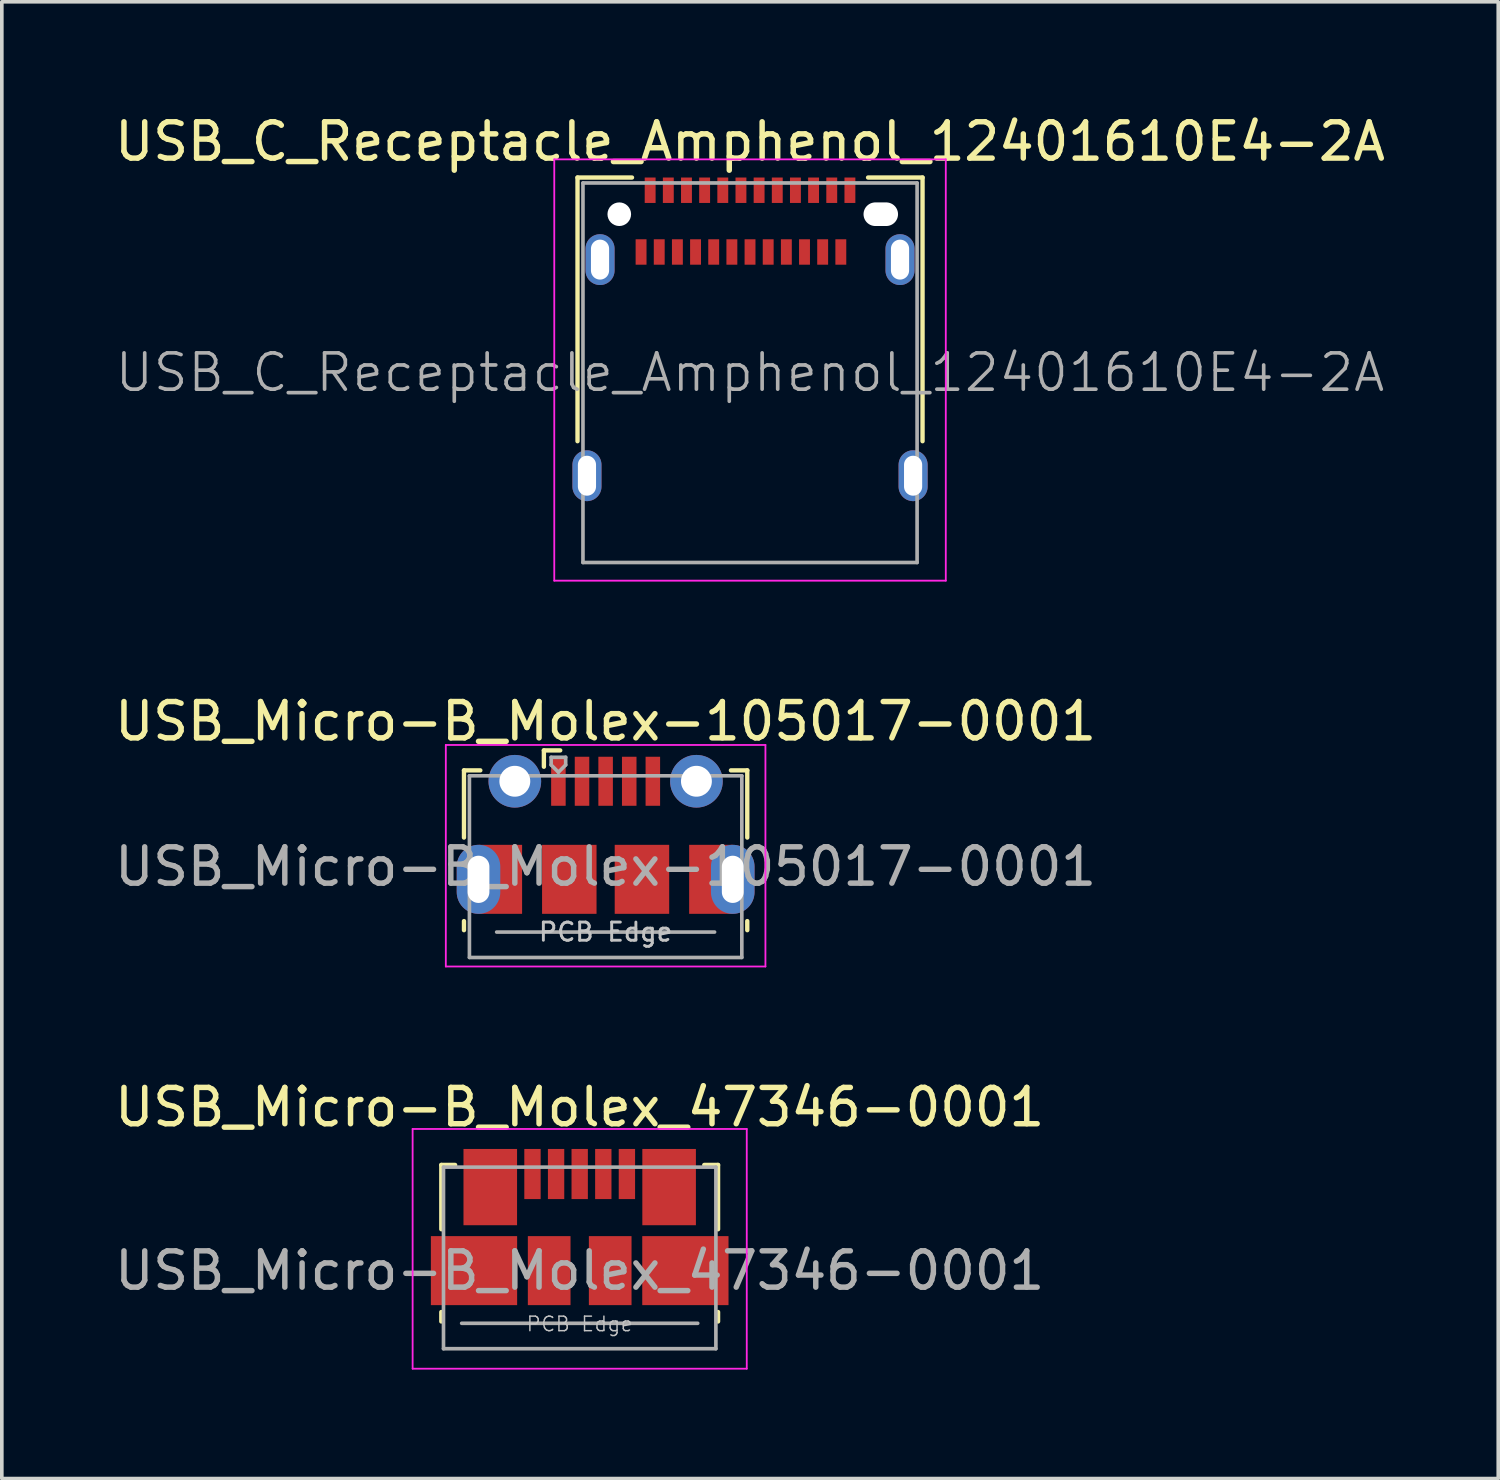
<source format=kicad_pcb>
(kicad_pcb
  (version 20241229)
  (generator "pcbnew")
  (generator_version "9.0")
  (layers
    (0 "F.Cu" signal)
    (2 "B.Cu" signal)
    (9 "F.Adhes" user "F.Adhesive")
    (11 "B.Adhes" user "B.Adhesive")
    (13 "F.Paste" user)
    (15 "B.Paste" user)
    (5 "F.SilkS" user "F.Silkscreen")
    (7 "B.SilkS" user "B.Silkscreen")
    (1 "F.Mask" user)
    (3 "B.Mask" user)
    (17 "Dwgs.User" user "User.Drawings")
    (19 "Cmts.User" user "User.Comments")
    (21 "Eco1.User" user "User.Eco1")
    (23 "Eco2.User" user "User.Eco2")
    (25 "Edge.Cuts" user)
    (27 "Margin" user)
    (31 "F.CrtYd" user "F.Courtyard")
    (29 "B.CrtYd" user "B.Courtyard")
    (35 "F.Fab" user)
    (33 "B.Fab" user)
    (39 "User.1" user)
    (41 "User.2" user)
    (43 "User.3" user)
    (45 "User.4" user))
  (footprint "USB_Micro-B_Molex-105017-0001"
    (layer "F.Cu")
    (at 13.625 20.811)
    (property "Reference" "USB_Micro-B_Molex-105017-0001" (at 0 -4 0) (layer "F.SilkS") (effects (font (size 1 1) (thickness 0.15))))
    (attr smd)
    (fp_line (start -3.9 -2.65) (end -3.45 -2.65) (stroke (width 0.12) (type solid)) (layer "F.SilkS"))
    (fp_line (start -3.9 -0.8) (end -3.9 -2.65) (stroke (width 0.12) (type solid)) (layer "F.SilkS"))
    (fp_line (start -3.9 1.75) (end -3.9 1.5) (stroke (width 0.12) (type solid)) (layer "F.SilkS"))
    (fp_line (start -1.7 -3.2) (end -1.7 -2.75) (stroke (width 0.12) (type solid)) (layer "F.SilkS"))
    (fp_line (start -1.7 -3.2) (end -1.25 -3.2) (stroke (width 0.12) (type solid)) (layer "F.SilkS"))
    (fp_line (start 3.9 -2.65) (end 3.45 -2.65) (stroke (width 0.12) (type solid)) (layer "F.SilkS"))
    (fp_line (start 3.9 -0.8) (end 3.9 -2.65) (stroke (width 0.12) (type solid)) (layer "F.SilkS"))
    (fp_line (start 3.9 1.75) (end 3.9 1.5) (stroke (width 0.12) (type solid)) (layer "F.SilkS"))
    (fp_line (start -4.4 -3.35) (end 4.4 -3.35) (stroke (width 0.05) (type solid)) (layer "F.CrtYd"))
    (fp_line (start -4.4 2.75) (end -4.4 -3.35) (stroke (width 0.05) (type solid)) (layer "F.CrtYd"))
    (fp_line (start -4.4 2.75) (end 4.4 2.75) (stroke (width 0.05) (type solid)) (layer "F.CrtYd"))
    (fp_line (start 4.4 -3.35) (end 4.4 2.75) (stroke (width 0.05) (type solid)) (layer "F.CrtYd"))
    (fp_line (start -3.75 -2.5) (end 3.75 -2.5) (stroke (width 0.1) (type solid)) (layer "F.Fab"))
    (fp_line (start -3.75 2.5) (end -3.75 -2.5) (stroke (width 0.1) (type solid)) (layer "F.Fab"))
    (fp_line (start -3.75 2.502) (end 3.75 2.502) (stroke (width 0.1) (type solid)) (layer "F.Fab"))
    (fp_line (start -3 1.802) (end 3 1.802) (stroke (width 0.1) (type solid)) (layer "F.Fab"))
    (fp_line (start -1.5 -3.01) (end -1.5 -2.8) (stroke (width 0.1) (type solid)) (layer "F.Fab"))
    (fp_line (start -1.5 -3.01) (end -1.1 -3.01) (stroke (width 0.1) (type solid)) (layer "F.Fab"))
    (fp_line (start -1.3 -2.6) (end -1.5 -2.8) (stroke (width 0.1) (type solid)) (layer "F.Fab"))
    (fp_line (start -1.1 -3.01) (end -1.1 -2.8) (stroke (width 0.1) (type solid)) (layer "F.Fab"))
    (fp_line (start -1.1 -2.8) (end -1.3 -2.6) (stroke (width 0.1) (type solid)) (layer "F.Fab"))
    (fp_line (start 3.75 2.5) (end 3.75 -2.5) (stroke (width 0.1) (type solid)) (layer "F.Fab"))
    (fp_text user "PCB Edge" (at 0 1.8 0) (layer "Dwgs.User") (effects (font (size 0.5 0.5) (thickness 0.08))))
    (fp_text user "${REFERENCE}" (at 0 0 0) (layer "F.Fab") (effects (font (size 1 1) (thickness 0.15))))
    (pad "1" smd rect (at -1.3 -2.35) (size 0.4 1.35) (layers "F.Cu" "F.Mask" "F.Paste"))
    (pad "2" smd rect (at -0.65 -2.35) (size 0.4 1.35) (layers "F.Cu" "F.Mask" "F.Paste"))
    (pad "3" smd rect (at 0 -2.35) (size 0.4 1.35) (layers "F.Cu" "F.Mask" "F.Paste"))
    (pad "4" smd rect (at 0.65 -2.35) (size 0.4 1.35) (layers "F.Cu" "F.Mask" "F.Paste"))
    (pad "5" smd rect (at 1.3 -2.35) (size 0.4 1.35) (layers "F.Cu" "F.Mask" "F.Paste"))
    (pad "6" thru_hole oval (at -3.5 0.35 180) (size 1.2 1.9) (drill oval 0.6 1.3) (layers "*.Cu" "*.Mask"))
    (pad "6" smd rect (at -2.9 0.35) (size 1.2 1.9) (layers "F.Cu" "F.Mask"))
    (pad "6" thru_hole circle (at -2.5 -2.35) (size 1.45 1.45) (drill 0.85) (layers "*.Cu" "*.Mask"))
    (pad "6" smd rect (at -1 0.35) (size 1.5 1.9) (layers "F.Cu" "F.Mask" "F.Paste"))
    (pad "6" smd rect (at 1 0.35) (size 1.5 1.9) (layers "F.Cu" "F.Mask" "F.Paste"))
    (pad "6" thru_hole circle (at 2.5 -2.35) (size 1.45 1.45) (drill 0.85) (layers "*.Cu" "*.Mask"))
    (pad "6" smd rect (at 2.9 0.35) (size 1.2 1.9) (layers "F.Cu" "F.Mask"))
    (pad "6" thru_hole oval (at 3.5 0.35) (size 1.2 1.9) (drill oval 0.6 1.3) (layers "*.Cu" "*.Mask")))
  (footprint "USB_Micro-B_Molex_47346-0001"
    (layer "F.Cu")
    (at 12.911 31.935)
    (property "Reference" "USB_Micro-B_Molex_47346-0001" (at 0 -4.5 180) (layer "F.SilkS") (effects (font (size 1 1) (thickness 0.15))))
    (attr smd)
    (fp_line (start -3.81 -2.91) (end -3.43 -2.91) (stroke (width 0.12) (type solid)) (layer "F.SilkS"))
    (fp_line (start -3.81 -1.14) (end -3.81 -2.91) (stroke (width 0.12) (type solid)) (layer "F.SilkS"))
    (fp_line (start -3.81 1.4) (end -3.81 1.14) (stroke (width 0.12) (type solid)) (layer "F.SilkS"))
    (fp_line (start 3.81 -2.91) (end 3.43 -2.91) (stroke (width 0.12) (type solid)) (layer "F.SilkS"))
    (fp_line (start 3.81 -2.91) (end 3.81 -1.14) (stroke (width 0.12) (type solid)) (layer "F.SilkS"))
    (fp_line (start 3.81 1.14) (end 3.81 1.4) (stroke (width 0.12) (type solid)) (layer "F.SilkS"))
    (fp_line (start -4.6 -3.9) (end 4.6 -3.9) (stroke (width 0.05) (type solid)) (layer "F.CrtYd"))
    (fp_line (start -4.6 2.7) (end -4.6 -3.9) (stroke (width 0.05) (type solid)) (layer "F.CrtYd"))
    (fp_line (start 4.6 -3.9) (end 4.6 2.7) (stroke (width 0.05) (type solid)) (layer "F.CrtYd"))
    (fp_line (start 4.6 2.7) (end -4.6 2.7) (stroke (width 0.05) (type solid)) (layer "F.CrtYd"))
    (fp_line (start -3.75 -2.85) (end 3.75 -2.85) (stroke (width 0.1) (type solid)) (layer "F.Fab"))
    (fp_line (start -3.75 2.15) (end -3.75 -2.85) (stroke (width 0.1) (type solid)) (layer "F.Fab"))
    (fp_line (start -3.25 1.45) (end 3.25 1.45) (stroke (width 0.1) (type solid)) (layer "F.Fab"))
    (fp_line (start 3.75 -2.85) (end 3.75 2.15) (stroke (width 0.1) (type solid)) (layer "F.Fab"))
    (fp_line (start 3.75 2.15) (end -3.75 2.15) (stroke (width 0.1) (type solid)) (layer "F.Fab"))
    (fp_text user "PCB Edge" (at 0 1.47 180) (layer "Dwgs.User") (effects (font (size 0.4 0.4) (thickness 0.04))))
    (fp_text user "${REFERENCE}" (at 0 0 0) (layer "F.Fab") (effects (font (size 1 1) (thickness 0.15))))
    (pad "1" smd rect (at -1.3 -2.66) (size 0.45 1.38) (layers "F.Cu" "F.Mask" "F.Paste"))
    (pad "2" smd rect (at -0.65 -2.66) (size 0.45 1.38) (layers "F.Cu" "F.Mask" "F.Paste"))
    (pad "3" smd rect (at 0 -2.66) (size 0.45 1.38) (layers "F.Cu" "F.Mask" "F.Paste"))
    (pad "4" smd rect (at 0.65 -2.66) (size 0.45 1.38) (layers "F.Cu" "F.Mask" "F.Paste"))
    (pad "5" smd rect (at 1.3 -2.66) (size 0.45 1.38) (layers "F.Cu" "F.Mask" "F.Paste"))
    (pad "6" smd rect (at -2.91 0) (size 2.375 1.9) (layers "F.Cu" "F.Mask" "F.Paste"))
    (pad "6" smd rect (at -2.462 -2.3) (size 1.475 2.1) (layers "F.Cu" "F.Mask" "F.Paste"))
    (pad "6" smd rect (at -0.84 0) (size 1.175 1.9) (layers "F.Cu" "F.Mask" "F.Paste"))
    (pad "6" smd rect (at 0.84 0) (size 1.175 1.9) (layers "F.Cu" "F.Mask" "F.Paste"))
    (pad "6" smd rect (at 2.462 -2.3) (size 1.475 2.1) (layers "F.Cu" "F.Mask" "F.Paste"))
    (pad "6" smd rect (at 2.91 0) (size 2.375 1.9) (layers "F.Cu" "F.Mask" "F.Paste")))
  (footprint "USB_C_Receptacle_Amphenol_12401610E4-2A"
    (layer "F.Cu")
    (at 17.601 7.208)
    (property "Reference" "USB_C_Receptacle_Amphenol_12401610E4-2A" (at 0 -6.36 0) (layer "F.SilkS") (effects (font (size 1 1) (thickness 0.15))))
    (attr smd)
    (fp_line (start -4.75 -5.37) (end -4.75 1.89) (stroke (width 0.12) (type solid)) (layer "F.SilkS"))
    (fp_line (start -4.75 -5.37) (end -3.25 -5.37) (stroke (width 0.12) (type solid)) (layer "F.SilkS"))
    (fp_line (start 3.25 -5.37) (end 4.75 -5.37) (stroke (width 0.12) (type solid)) (layer "F.SilkS"))
    (fp_line (start 4.75 -5.37) (end 4.75 1.89) (stroke (width 0.12) (type solid)) (layer "F.SilkS"))
    (fp_line (start -5.39 -5.87) (end 5.39 -5.87) (stroke (width 0.05) (type solid)) (layer "F.CrtYd"))
    (fp_line (start -5.39 5.73) (end -5.39 -5.87) (stroke (width 0.05) (type solid)) (layer "F.CrtYd"))
    (fp_line (start 5.39 -5.87) (end 5.39 5.73) (stroke (width 0.05) (type solid)) (layer "F.CrtYd"))
    (fp_line (start 5.39 5.73) (end -5.39 5.73) (stroke (width 0.05) (type solid)) (layer "F.CrtYd"))
    (fp_line (start -4.6 -5.22) (end 4.6 -5.22) (stroke (width 0.1) (type solid)) (layer "F.Fab"))
    (fp_line (start -4.6 5.23) (end -4.6 -5.22) (stroke (width 0.1) (type solid)) (layer "F.Fab"))
    (fp_line (start -4.6 5.23) (end 4.6 5.23) (stroke (width 0.1) (type solid)) (layer "F.Fab"))
    (fp_line (start 4.6 5.23) (end 4.6 -5.22) (stroke (width 0.1) (type solid)) (layer "F.Fab"))
    (fp_text user "${REFERENCE}" (at 0 0 0) (layer "F.Fab") (effects (font (size 1 1) (thickness 0.1))))
    (pad "" np_thru_hole circle (at -3.6 -4.36) (size 0.65 0.65) (drill 0.65) (layers "*.Cu" "*.Mask"))
    (pad "" np_thru_hole oval (at 3.6 -4.36) (size 0.95 0.65) (drill oval 0.95 0.65) (layers "*.Cu" "*.Mask"))
    (pad "A1" smd rect (at -2.75 -5.02) (size 0.3 0.7) (layers "F.Cu" "F.Mask" "F.Paste"))
    (pad "A2" smd rect (at -2.25 -5.02) (size 0.3 0.7) (layers "F.Cu" "F.Mask" "F.Paste"))
    (pad "A3" smd rect (at -1.75 -5.02) (size 0.3 0.7) (layers "F.Cu" "F.Mask" "F.Paste"))
    (pad "A4" smd rect (at -1.25 -5.02) (size 0.3 0.7) (layers "F.Cu" "F.Mask" "F.Paste"))
    (pad "A5" smd rect (at -0.75 -5.02) (size 0.3 0.7) (layers "F.Cu" "F.Mask" "F.Paste"))
    (pad "A6" smd rect (at -0.25 -5.02) (size 0.3 0.7) (layers "F.Cu" "F.Mask" "F.Paste"))
    (pad "A7" smd rect (at 0.25 -5.02) (size 0.3 0.7) (layers "F.Cu" "F.Mask" "F.Paste"))
    (pad "A8" smd rect (at 0.75 -5.02) (size 0.3 0.7) (layers "F.Cu" "F.Mask" "F.Paste"))
    (pad "A9" smd rect (at 1.25 -5.02) (size 0.3 0.7) (layers "F.Cu" "F.Mask" "F.Paste"))
    (pad "A10" smd rect (at 1.75 -5.02) (size 0.3 0.7) (layers "F.Cu" "F.Mask" "F.Paste"))
    (pad "A11" smd rect (at 2.25 -5.02) (size 0.3 0.7) (layers "F.Cu" "F.Mask" "F.Paste"))
    (pad "A12" smd rect (at 2.75 -5.02) (size 0.3 0.7) (layers "F.Cu" "F.Mask" "F.Paste"))
    (pad "B1" smd rect (at 2.5 -3.32) (size 0.3 0.7) (layers "F.Cu" "F.Mask" "F.Paste"))
    (pad "B2" smd rect (at 2 -3.32) (size 0.3 0.7) (layers "F.Cu" "F.Mask" "F.Paste"))
    (pad "B3" smd rect (at 1.5 -3.32) (size 0.3 0.7) (layers "F.Cu" "F.Mask" "F.Paste"))
    (pad "B4" smd rect (at 1 -3.32) (size 0.3 0.7) (layers "F.Cu" "F.Mask" "F.Paste"))
    (pad "B5" smd rect (at 0.5 -3.32) (size 0.3 0.7) (layers "F.Cu" "F.Mask" "F.Paste"))
    (pad "B6" smd rect (at 0 -3.32) (size 0.3 0.7) (layers "F.Cu" "F.Mask" "F.Paste"))
    (pad "B7" smd rect (at -0.5 -3.32) (size 0.3 0.7) (layers "F.Cu" "F.Mask" "F.Paste"))
    (pad "B8" smd rect (at -1 -3.32) (size 0.3 0.7) (layers "F.Cu" "F.Mask" "F.Paste"))
    (pad "B9" smd rect (at -1.5 -3.32) (size 0.3 0.7) (layers "F.Cu" "F.Mask" "F.Paste"))
    (pad "B10" smd rect (at -2 -3.32) (size 0.3 0.7) (layers "F.Cu" "F.Mask" "F.Paste"))
    (pad "B11" smd rect (at -2.5 -3.32) (size 0.3 0.7) (layers "F.Cu" "F.Mask" "F.Paste"))
    (pad "B12" smd rect (at -3 -3.32) (size 0.3 0.7) (layers "F.Cu" "F.Mask" "F.Paste"))
    (pad "S1" thru_hole oval (at -4.49 2.84) (size 0.8 1.4) (drill oval 0.5 1.1) (layers "*.Cu" "*.Mask"))
    (pad "S1" thru_hole oval (at -4.13 -3.11) (size 0.8 1.4) (drill oval 0.5 1.1) (layers "*.Cu" "*.Mask"))
    (pad "S1" thru_hole oval (at 4.13 -3.11) (size 0.8 1.4) (drill oval 0.5 1.1) (layers "*.Cu" "*.Mask"))
    (pad "S1" thru_hole oval (at 4.49 2.84) (size 0.8 1.4) (drill oval 0.5 1.1) (layers "*.Cu" "*.Mask")))
  (gr_rect
    (start -3 -3)
    (end 38.202 37.66)
    (stroke (width 0.1) (type default))
    (fill no)
    (layer "Edge.Cuts")))
</source>
